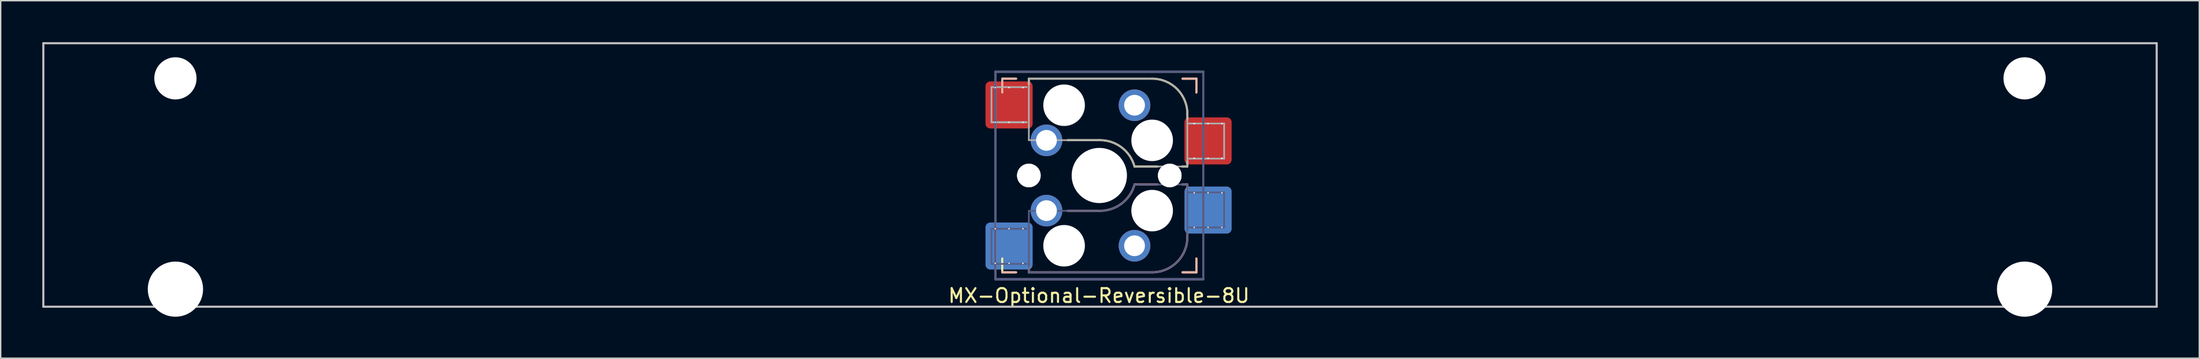
<source format=kicad_pcb>
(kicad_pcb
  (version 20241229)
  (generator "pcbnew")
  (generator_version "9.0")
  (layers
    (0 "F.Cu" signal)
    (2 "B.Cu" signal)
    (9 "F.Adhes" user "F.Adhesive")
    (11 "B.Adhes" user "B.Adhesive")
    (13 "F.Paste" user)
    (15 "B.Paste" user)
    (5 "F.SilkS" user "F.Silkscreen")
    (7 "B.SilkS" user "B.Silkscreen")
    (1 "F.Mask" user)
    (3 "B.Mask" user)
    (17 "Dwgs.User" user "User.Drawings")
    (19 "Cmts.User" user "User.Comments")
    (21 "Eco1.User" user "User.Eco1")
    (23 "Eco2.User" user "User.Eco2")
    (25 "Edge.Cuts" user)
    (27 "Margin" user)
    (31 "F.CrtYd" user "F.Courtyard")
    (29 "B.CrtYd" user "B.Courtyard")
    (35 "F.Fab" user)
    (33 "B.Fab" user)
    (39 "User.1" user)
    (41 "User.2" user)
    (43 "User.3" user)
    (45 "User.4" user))
  (footprint "MX-Optional-Reversible-8U"
    (layer "F.Cu")
    (at 76.275 9.6)
    (property "Reference" "MX-Optional-Reversible-8U" (at -0.077 8.726 180) (layer "F.SilkS") (effects (font (size 1 1) (thickness 0.15))))
    (attr smd)
    (fp_rect (start -8.258 -6.062) (end -4.858 -4.062) (stroke (width 0.1) (type solid)) (fill yes) (layer "F.Mask"))
    (fp_rect (start 6.092 -3.462) (end 9.492 -1.462) (stroke (width 0.1) (type solid)) (fill yes) (layer "F.Mask"))
    (fp_rect (start -4.858 4.138) (end -8.258 6.138) (stroke (width 0.1) (type solid)) (fill yes) (layer "B.Mask"))
    (fp_rect (start 9.492 1.538) (end 6.092 3.538) (stroke (width 0.1) (type solid)) (fill yes) (layer "B.Mask"))
    (fp_line (start -7.051 -6.962) (end -6.051 -6.962) (stroke (width 0.15) (type solid)) (layer "F.SilkS"))
    (fp_line (start -7.051 7.038) (end -7.051 6.038) (stroke (width 0.15) (type solid)) (layer "F.SilkS"))
    (fp_line (start -6.051 7.038) (end -7.051 7.038) (stroke (width 0.15) (type solid)) (layer "F.SilkS"))
    (fp_line (start -5.131 -6.581) (end -5.131 -6.962) (stroke (width 0.15) (type solid)) (layer "F.SilkS"))
    (fp_line (start -2.337 -2.517) (end -0.051 -2.517) (stroke (width 0.15) (type solid)) (layer "F.SilkS"))
    (fp_line (start 2.489 -0.612) (end 4.14 -0.612) (stroke (width 0.15) (type solid)) (layer "F.SilkS"))
    (fp_line (start 3.759 -6.962) (end -5.131 -6.962) (stroke (width 0.15) (type solid)) (layer "F.SilkS"))
    (fp_line (start 5.918 -0.612) (end 6.299 -0.612) (stroke (width 0.15) (type solid)) (layer "F.SilkS"))
    (fp_line (start 5.949 -6.962) (end 6.949 -6.962) (stroke (width 0.15) (type solid)) (layer "F.SilkS"))
    (fp_line (start 6.299 -4.041) (end 6.299 -4.422) (stroke (width 0.15) (type solid)) (layer "F.SilkS"))
    (fp_line (start 6.299 -0.612) (end 6.299 -0.993) (stroke (width 0.15) (type solid)) (layer "F.SilkS"))
    (fp_line (start 6.949 -6.962) (end 6.949 -5.962) (stroke (width 0.15) (type solid)) (layer "F.SilkS"))
    (fp_line (start 6.949 6.038) (end 6.949 7.038) (stroke (width 0.15) (type solid)) (layer "F.SilkS"))
    (fp_line (start 6.949 7.038) (end 5.949 7.038) (stroke (width 0.15) (type solid)) (layer "F.SilkS"))
    (fp_arc (start -0.05085 -2.51696) (mid 1.54712 -2.001754) (end 2.48915 -0.61196) (stroke (width 0.15) (type solid)) (layer "F.SilkS"))
    (fp_arc (start 3.75915 -6.96196) (mid 5.555201 -6.218011) (end 6.29915 -4.42196) (stroke (width 0.15) (type solid)) (layer "F.SilkS"))
    (fp_line (start -7.051 -6.962) (end -6.051 -6.962) (stroke (width 0.15) (type solid)) (layer "B.SilkS"))
    (fp_line (start -7.05 -6.96) (end -7.05 -5.96) (stroke (width 0.15) (type solid)) (layer "B.SilkS"))
    (fp_line (start -6.051 7.038) (end -7.051 7.038) (stroke (width 0.15) (type solid)) (layer "B.SilkS"))
    (fp_line (start -5.131 7.038) (end -5.131 6.657) (stroke (width 0.15) (type solid)) (layer "B.SilkS"))
    (fp_line (start -5.131 7.038) (end 3.759 7.038) (stroke (width 0.15) (type solid)) (layer "B.SilkS"))
    (fp_line (start -0.051 2.593) (end -2.337 2.593) (stroke (width 0.15) (type solid)) (layer "B.SilkS"))
    (fp_line (start 4.14 0.688) (end 2.489 0.688) (stroke (width 0.15) (type solid)) (layer "B.SilkS"))
    (fp_line (start 5.949 -6.962) (end 6.949 -6.962) (stroke (width 0.15) (type solid)) (layer "B.SilkS"))
    (fp_line (start 6.299 0.688) (end 5.918 0.688) (stroke (width 0.15) (type solid)) (layer "B.SilkS"))
    (fp_line (start 6.299 1.069) (end 6.299 0.688) (stroke (width 0.15) (type solid)) (layer "B.SilkS"))
    (fp_line (start 6.299 4.498) (end 6.299 4.117) (stroke (width 0.15) (type solid)) (layer "B.SilkS"))
    (fp_line (start 6.949 -6.962) (end 6.949 -5.962) (stroke (width 0.15) (type solid)) (layer "B.SilkS"))
    (fp_line (start 6.949 6.038) (end 6.949 7.038) (stroke (width 0.15) (type solid)) (layer "B.SilkS"))
    (fp_line (start 6.949 7.038) (end 5.949 7.038) (stroke (width 0.15) (type solid)) (layer "B.SilkS"))
    (fp_arc (start 2.48915 0.68804) (mid 1.547119 2.077831) (end -0.05085 2.59304) (stroke (width 0.15) (type solid)) (layer "B.SilkS"))
    (fp_arc (start 6.29915 4.49804) (mid 5.555201 6.294091) (end 3.75915 7.03804) (stroke (width 0.15) (type solid)) (layer "B.SilkS"))
    (fp_line (start -76.2 9.525) (end -76.2 -9.525) (stroke (width 0.15) (type solid)) (layer "Dwgs.User"))
    (fp_line (start 76.2 -9.525) (end -76.2 -9.525) (stroke (width 0.15) (type solid)) (layer "Dwgs.User"))
    (fp_line (start 76.2 9.525) (end -76.2 9.525) (stroke (width 0.15) (type solid)) (layer "Dwgs.User"))
    (fp_line (start 76.2 9.525) (end 76.2 -9.525) (stroke (width 0.15) (type solid)) (layer "Dwgs.User"))
    (fp_line (start -6.951 6.938) (end 6.849 6.938) (stroke (width 0.15) (type solid)) (layer "Eco2.User"))
    (fp_line (start -6.95 -6.86) (end -6.95 6.94) (stroke (width 0.15) (type solid)) (layer "Eco2.User"))
    (fp_line (start 6.848 6.94) (end 6.848 -6.86) (stroke (width 0.15) (type solid)) (layer "Eco2.User"))
    (fp_line (start 6.849 -6.862) (end -6.951 -6.862) (stroke (width 0.15) (type solid)) (layer "Eco2.User"))
    (fp_line (start -7.828 3.888) (end -7.828 6.428) (stroke (width 0.12) (type solid)) (layer "B.Fab"))
    (fp_line (start -7.828 6.428) (end -5.288 6.428) (stroke (width 0.12) (type solid)) (layer "B.Fab"))
    (fp_line (start -7.551 -7.462) (end 7.449 -7.462) (stroke (width 0.15) (type solid)) (layer "B.Fab"))
    (fp_line (start -7.551 7.538) (end -7.551 -7.462) (stroke (width 0.15) (type solid)) (layer "B.Fab"))
    (fp_line (start -5.288 3.888) (end -7.828 3.888) (stroke (width 0.12) (type solid)) (layer "B.Fab"))
    (fp_line (start -5.288 3.888) (end -7.828 3.888) (stroke (width 0.12) (type solid)) (layer "B.Fab"))
    (fp_line (start -5.131 2.593) (end -5.131 7.038) (stroke (width 0.12) (type solid)) (layer "B.Fab"))
    (fp_line (start -5.131 7.038) (end 3.759 7.038) (stroke (width 0.12) (type solid)) (layer "B.Fab"))
    (fp_line (start -0.051 2.593) (end -5.131 2.593) (stroke (width 0.12) (type solid)) (layer "B.Fab"))
    (fp_line (start 6.299 0.688) (end 2.489 0.688) (stroke (width 0.12) (type solid)) (layer "B.Fab"))
    (fp_line (start 6.299 4.498) (end 6.299 0.688) (stroke (width 0.12) (type solid)) (layer "B.Fab"))
    (fp_line (start 6.412 3.798) (end 8.952 3.798) (stroke (width 0.12) (type solid)) (layer "B.Fab"))
    (fp_line (start 7.449 -7.462) (end 7.449 7.538) (stroke (width 0.15) (type solid)) (layer "B.Fab"))
    (fp_line (start 7.449 7.538) (end -7.551 7.538) (stroke (width 0.15) (type solid)) (layer "B.Fab"))
    (fp_line (start 8.952 1.258) (end 6.412 1.258) (stroke (width 0.12) (type solid)) (layer "B.Fab"))
    (fp_line (start 8.952 3.798) (end 8.952 1.258) (stroke (width 0.12) (type solid)) (layer "B.Fab"))
    (fp_arc (start 2.48915 0.68804) (mid 1.547122 2.077836) (end -0.05085 2.59304) (stroke (width 0.12) (type solid)) (layer "B.Fab"))
    (fp_arc (start 6.29915 4.49804) (mid 5.555201 6.294091) (end 3.75915 7.03804) (stroke (width 0.12) (type solid)) (layer "B.Fab"))
    (fp_line (start -7.828 -6.352) (end -7.828 -3.812) (stroke (width 0.12) (type solid)) (layer "F.Fab"))
    (fp_line (start -7.828 -3.812) (end -5.288 -3.812) (stroke (width 0.12) (type solid)) (layer "F.Fab"))
    (fp_line (start -7.828 -3.812) (end -5.288 -3.812) (stroke (width 0.12) (type solid)) (layer "F.Fab"))
    (fp_line (start -7.551 -7.462) (end 7.449 -7.462) (stroke (width 0.15) (type solid)) (layer "F.Fab"))
    (fp_line (start -7.551 7.538) (end -7.551 -7.462) (stroke (width 0.15) (type solid)) (layer "F.Fab"))
    (fp_line (start -5.288 -6.352) (end -7.828 -6.352) (stroke (width 0.12) (type solid)) (layer "F.Fab"))
    (fp_line (start -5.131 -6.962) (end -5.131 -2.517) (stroke (width 0.12) (type solid)) (layer "F.Fab"))
    (fp_line (start -5.131 -2.517) (end -0.051 -2.517) (stroke (width 0.12) (type solid)) (layer "F.Fab"))
    (fp_line (start 2.489 -0.612) (end 6.299 -0.612) (stroke (width 0.12) (type solid)) (layer "F.Fab"))
    (fp_line (start 3.759 -6.962) (end -5.131 -6.962) (stroke (width 0.12) (type solid)) (layer "F.Fab"))
    (fp_line (start 6.299 -0.612) (end 6.299 -4.422) (stroke (width 0.12) (type solid)) (layer "F.Fab"))
    (fp_line (start 6.412 -1.182) (end 8.952 -1.182) (stroke (width 0.12) (type solid)) (layer "F.Fab"))
    (fp_line (start 7.449 7.538) (end -7.551 7.538) (stroke (width 0.15) (type solid)) (layer "F.Fab"))
    (fp_line (start 8.952 -3.722) (end 6.412 -3.722) (stroke (width 0.12) (type solid)) (layer "F.Fab"))
    (fp_line (start 8.952 -1.182) (end 8.952 -3.722) (stroke (width 0.12) (type solid)) (layer "F.Fab"))
    (fp_arc (start -0.05085 -2.51696) (mid 1.547122 -2.001755) (end 2.48915 -0.61196) (stroke (width 0.12) (type solid)) (layer "F.Fab"))
    (fp_arc (start 3.75915 -6.96196) (mid 5.555201 -6.218011) (end 6.29915 -4.42196) (stroke (width 0.12) (type solid)) (layer "F.Fab"))
    (pad "" np_thru_hole circle (at -66.675 -6.985) (size 3.048 3.048) (drill 3.048) (layers "*.Cu" "*.Mask"))
    (pad "" np_thru_hole circle (at -66.675 8.255) (size 3.988 3.988) (drill 3.988) (layers "*.Cu" "*.Mask"))
    (pad "" np_thru_hole circle (at -5.131 0.038) (size 1.702 1.702) (drill 1.702) (layers "*.Cu" "*.Mask"))
    (pad "" np_thru_hole circle (at -5.131 0.038 180) (size 1.702 1.702) (drill 1.702) (layers "*.Cu" "*.Mask"))
    (pad "" np_thru_hole circle (at -2.591 -5.042) (size 3 3) (drill 3) (layers "*.Cu" "*.Mask"))
    (pad "" np_thru_hole circle (at -2.591 5.118 180) (size 3 3) (drill 3) (layers "*.Cu" "*.Mask"))
    (pad "" np_thru_hole circle (at -0.051 0.038) (size 3.988 3.988) (drill 3.988) (layers "*.Cu" "*.Mask"))
    (pad "" np_thru_hole circle (at 3.759 -2.502) (size 3 3) (drill 3) (layers "*.Cu" "*.Mask"))
    (pad "" np_thru_hole circle (at 3.759 2.578 180) (size 3 3) (drill 3) (layers "*.Cu" "*.Mask"))
    (pad "" np_thru_hole circle (at 5.029 0.038 180) (size 1.702 1.702) (drill 1.702) (layers "*.Cu" "*.Mask"))
    (pad "" np_thru_hole circle (at 5.029 0.038) (size 1.702 1.702) (drill 1.702) (layers "*.Cu" "*.Mask"))
    (pad "" np_thru_hole circle (at 66.675 -6.985) (size 3.048 3.048) (drill 3.048) (layers "*.Cu" "*.Mask"))
    (pad "" np_thru_hole circle (at 66.675 8.255) (size 3.988 3.988) (drill 3.988) (layers "*.Cu" "*.Mask"))
    (pad "1" thru_hole circle (at -7.558 -6.312 270) (size 0.1 0.1) (drill 0.3) (layers "*.Cu" "*.Mask"))
    (pad "1" thru_hole circle (at -7.558 -3.812 270) (size 0.1 0.1) (drill 0.3) (layers "*.Cu" "*.Mask"))
    (pad "1" thru_hole circle (at -7.558 3.888 270) (size 0.1 0.1) (drill 0.3) (layers "*.Cu" "*.Mask"))
    (pad "1" thru_hole circle (at -7.558 6.388 270) (size 0.1 0.1) (drill 0.3) (layers "*.Cu" "*.Mask"))
    (pad "1" thru_hole circle (at -6.558 -6.312 270) (size 0.1 0.1) (drill 0.3) (layers "*.Cu"))
    (pad "1" smd roundrect (at -6.558 -5.062 180) (size 3.4 3.4) (property pad_prop_bga) (layers "F.Cu" "F.Paste") (roundrect_rratio 0.1))
    (pad "1" thru_hole circle (at -6.558 -3.812 270) (size 0.1 0.1) (drill 0.3) (layers "*.Cu" "*.Mask"))
    (pad "1" thru_hole circle (at -6.558 3.888 270) (size 0.1 0.1) (drill 0.3) (layers "*.Cu" "*.Mask"))
    (pad "1" smd roundrect (at -6.558 5.138) (size 3.4 3.4) (property pad_prop_bga) (layers "B.Cu" "B.Paste") (roundrect_rratio 0.1))
    (pad "1" thru_hole circle (at -6.558 6.388 270) (size 0.1 0.1) (drill 0.3) (layers "*.Cu"))
    (pad "1" thru_hole circle (at -5.558 -6.312 270) (size 0.1 0.1) (drill 0.3) (layers "*.Cu"))
    (pad "1" thru_hole circle (at -5.558 -3.812 270) (size 0.1 0.1) (drill 0.3) (layers "*.Cu" "*.Mask"))
    (pad "1" thru_hole circle (at -5.558 3.888 270) (size 0.1 0.1) (drill 0.3) (layers "*.Cu" "*.Mask"))
    (pad "1" thru_hole circle (at -5.558 6.388 270) (size 0.1 0.1) (drill 0.3) (layers "*.Cu"))
    (pad "1" thru_hole circle (at -3.861 -2.502) (size 2.286 2.286) (drill 1.499) (layers "*.Cu" "*.Mask"))
    (pad "1" thru_hole circle (at -3.861 2.578 180) (size 2.286 2.286) (drill 1.499) (layers "*.Cu" "*.Mask"))
    (pad "2" thru_hole circle (at 2.489 -5.042) (size 2.286 2.286) (drill 1.499) (layers "*.Cu" "*.Mask"))
    (pad "2" thru_hole circle (at 2.489 5.118 180) (size 2.286 2.286) (drill 1.499) (layers "*.Cu" "*.Mask"))
    (pad "2" thru_hole circle (at 6.792 -3.712 270) (size 0.1 0.1) (drill 0.3) (layers "*.Cu" "*.Mask"))
    (pad "2" thru_hole circle (at 6.792 -1.212 270) (size 0.1 0.1) (drill 0.3) (layers "*.Cu" "*.Mask"))
    (pad "2" thru_hole circle (at 6.792 1.288 270) (size 0.1 0.1) (drill 0.3) (layers "*.Cu" "*.Mask"))
    (pad "2" thru_hole circle (at 6.792 3.788 270) (size 0.1 0.1) (drill 0.3) (layers "*.Cu" "*.Mask"))
    (pad "2" thru_hole circle (at 7.792 -3.712 270) (size 0.1 0.1) (drill 0.3) (layers "*.Cu"))
    (pad "2" smd roundrect (at 7.792 -2.462 180) (size 3.4 3.4) (property pad_prop_bga) (layers "F.Cu" "F.Paste") (roundrect_rratio 0.1))
    (pad "2" thru_hole circle (at 7.792 -1.212 270) (size 0.1 0.1) (drill 0.3) (layers "*.Cu" "*.Mask"))
    (pad "2" thru_hole circle (at 7.792 1.288 270) (size 0.1 0.1) (drill 0.3) (layers "*.Cu" "*.Mask"))
    (pad "2" smd roundrect (at 7.792 2.538) (size 3.4 3.4) (property pad_prop_bga) (layers "B.Cu" "B.Paste") (roundrect_rratio 0.1))
    (pad "2" thru_hole circle (at 7.792 3.788 270) (size 0.1 0.1) (drill 0.3) (layers "*.Cu"))
    (pad "2" thru_hole circle (at 8.792 -3.712 270) (size 0.1 0.1) (drill 0.3) (layers "*.Cu"))
    (pad "2" thru_hole circle (at 8.792 -1.212 270) (size 0.1 0.1) (drill 0.3) (layers "*.Cu" "*.Mask"))
    (pad "2" thru_hole circle (at 8.792 1.288 270) (size 0.1 0.1) (drill 0.3) (layers "*.Cu" "*.Mask"))
    (pad "2" thru_hole circle (at 8.792 3.788 270) (size 0.1 0.1) (drill 0.3) (layers "*.Cu")))
  (gr_rect
    (start -3 -3)
    (end 155.55 22.849)
    (stroke (width 0.1) (type default))
    (fill no)
    (layer "Edge.Cuts")))
</source>
